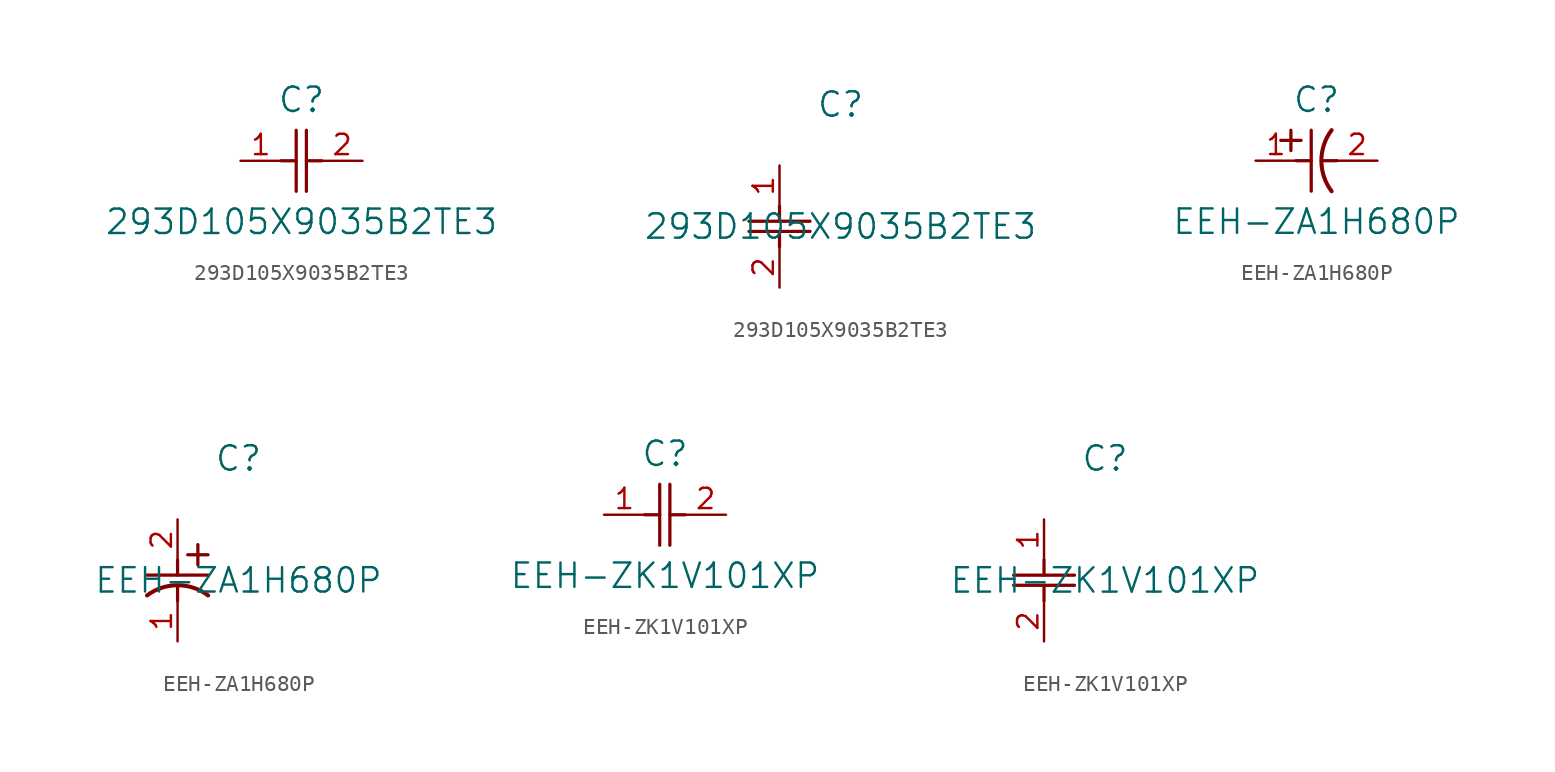
<source format=kicad_sym>
(kicad_symbol_lib
  (version 20220914)
  (generator kicad_symbol_editor)
  (symbol "293D105X9035B2TE3"
    (pin_names
      (offset 0.254))
    (property "Reference" "C"
      (at 3.81 3.81 0)
      (effects (font (size 1.524 1.524))))
    (property "Value" "293D105X9035B2TE3"
      (at 3.81 -3.81 0)
      (effects (font (size 1.524 1.524))))
    (property "ki_locked" ""
      (at 0 0 0)
      (effects (font (size 1.27 1.27))))
    (symbol "293D105X9035B2TE3_1_1"
      (polyline (pts (xy 2.54 0) (xy 3.48 0)) (stroke (width 0.203) (type default)) (fill (type none)))
      (polyline (pts (xy 3.48 -1.905) (xy 3.48 1.905)) (stroke (width 0.203) (type default)) (fill (type none)))
      (polyline (pts (xy 4.115 -1.905) (xy 4.115 1.905)) (stroke (width 0.203) (type default)) (fill (type none)))
      (polyline (pts (xy 4.115 0) (xy 5.08 0)) (stroke (width 0.203) (type default)) (fill (type none)))
      (pin unspecified line (at 0 0 0) (length 2.54) (name "" (effects (font (size 1.27 1.27)))) (number "1" (effects (font (size 1.27 1.27)))))
      (pin unspecified line (at 7.62 0 180) (length 2.54) (name "" (effects (font (size 1.27 1.27)))) (number "2" (effects (font (size 1.27 1.27))))))
    (symbol "293D105X9035B2TE3_1_2"
      (polyline (pts (xy -1.905 -4.115) (xy 1.905 -4.115)) (stroke (width 0.203) (type default)) (fill (type none)))
      (polyline (pts (xy -1.905 -3.48) (xy 1.905 -3.48)) (stroke (width 0.203) (type default)) (fill (type none)))
      (polyline (pts (xy 0 -4.115) (xy 0 -5.08)) (stroke (width 0.203) (type default)) (fill (type none)))
      (polyline (pts (xy 0 -2.54) (xy 0 -3.48)) (stroke (width 0.203) (type default)) (fill (type none)))
      (pin unspecified line (at 0 0 270) (length 2.54) (name "" (effects (font (size 1.27 1.27)))) (number "1" (effects (font (size 1.27 1.27)))))
      (pin unspecified line (at 0 -7.62 90) (length 2.54) (name "" (effects (font (size 1.27 1.27)))) (number "2" (effects (font (size 1.27 1.27)))))))
  (symbol "EEH-ZA1H680P"
    (pin_names
      (offset 0.254))
    (property "Reference" "C"
      (at 3.81 3.81 0)
      (effects (font (size 1.524 1.524))))
    (property "Value" "EEH-ZA1H680P"
      (at 3.81 -3.81 0)
      (effects (font (size 1.524 1.524))))
    (property "ki_locked" ""
      (at 0 0 0)
      (effects (font (size 1.27 1.27))))
    (symbol "EEH-ZA1H680P_1_1"
      (polyline (pts (xy 1.575 1.27) (xy 2.845 1.27)) (stroke (width 0.203) (type default)) (fill (type none)))
      (polyline (pts (xy 2.21 0.635) (xy 2.21 1.905)) (stroke (width 0.203) (type default)) (fill (type none)))
      (polyline (pts (xy 2.54 0) (xy 3.48 0)) (stroke (width 0.203) (type default)) (fill (type none)))
      (polyline (pts (xy 3.48 -1.905) (xy 3.48 1.905)) (stroke (width 0.203) (type default)) (fill (type none)))
      (polyline (pts (xy 4.115 0) (xy 5.08 0)) (stroke (width 0.203) (type default)) (fill (type none)))
      (arc (start 4.7541 1.9108) (mid 4.1148 0) (end 4.7541 -1.9108) (stroke (width 0.254) (type default)) (fill (type none)))
      (pin unspecified line (at 0 0 0) (length 2.54) (name "" (effects (font (size 1.27 1.27)))) (number "1" (effects (font (size 1.27 1.27)))))
      (pin unspecified line (at 7.62 0 180) (length 2.54) (name "" (effects (font (size 1.27 1.27)))) (number "2" (effects (font (size 1.27 1.27))))))
    (symbol "EEH-ZA1H680P_1_2"
      (polyline (pts (xy -1.905 -3.48) (xy 1.905 -3.48)) (stroke (width 0.203) (type default)) (fill (type none)))
      (polyline (pts (xy 0 -4.115) (xy 0 -5.08)) (stroke (width 0.203) (type default)) (fill (type none)))
      (polyline (pts (xy 0 -2.54) (xy 0 -3.48)) (stroke (width 0.203) (type default)) (fill (type none)))
      (polyline (pts (xy 0.635 -2.21) (xy 1.905 -2.21)) (stroke (width 0.203) (type default)) (fill (type none)))
      (polyline (pts (xy 1.27 -1.575) (xy 1.27 -2.845)) (stroke (width 0.203) (type default)) (fill (type none)))
      (arc (start 1.9108 -4.7541) (mid 0 -4.1148) (end -1.9108 -4.7541) (stroke (width 0.254) (type default)) (fill (type none)))
      (pin unspecified line (at 0 -7.62 90) (length 2.54) (name "" (effects (font (size 1.27 1.27)))) (number "1" (effects (font (size 1.27 1.27)))))
      (pin unspecified line (at 0 0 270) (length 2.54) (name "" (effects (font (size 1.27 1.27)))) (number "2" (effects (font (size 1.27 1.27)))))))
  (symbol "EEH-ZK1V101XP"
    (pin_names
      (offset 0.254))
    (property "Reference" "C"
      (at 3.81 3.81 0)
      (effects (font (size 1.524 1.524))))
    (property "Value" "EEH-ZK1V101XP"
      (at 3.81 -3.81 0)
      (effects (font (size 1.524 1.524))))
    (property "ki_locked" ""
      (at 0 0 0)
      (effects (font (size 1.27 1.27))))
    (symbol "EEH-ZK1V101XP_1_1"
      (polyline (pts (xy 2.54 0) (xy 3.48 0)) (stroke (width 0.203) (type default)) (fill (type none)))
      (polyline (pts (xy 3.48 -1.905) (xy 3.48 1.905)) (stroke (width 0.203) (type default)) (fill (type none)))
      (polyline (pts (xy 4.115 -1.905) (xy 4.115 1.905)) (stroke (width 0.203) (type default)) (fill (type none)))
      (polyline (pts (xy 4.115 0) (xy 5.08 0)) (stroke (width 0.203) (type default)) (fill (type none)))
      (pin unspecified line (at 0 0 0) (length 2.54) (name "" (effects (font (size 1.27 1.27)))) (number "1" (effects (font (size 1.27 1.27)))))
      (pin unspecified line (at 7.62 0 180) (length 2.54) (name "" (effects (font (size 1.27 1.27)))) (number "2" (effects (font (size 1.27 1.27))))))
    (symbol "EEH-ZK1V101XP_1_2"
      (polyline (pts (xy -1.905 -4.115) (xy 1.905 -4.115)) (stroke (width 0.203) (type default)) (fill (type none)))
      (polyline (pts (xy -1.905 -3.48) (xy 1.905 -3.48)) (stroke (width 0.203) (type default)) (fill (type none)))
      (polyline (pts (xy 0 -4.115) (xy 0 -5.08)) (stroke (width 0.203) (type default)) (fill (type none)))
      (polyline (pts (xy 0 -2.54) (xy 0 -3.48)) (stroke (width 0.203) (type default)) (fill (type none)))
      (pin unspecified line (at 0 0 270) (length 2.54) (name "" (effects (font (size 1.27 1.27)))) (number "1" (effects (font (size 1.27 1.27)))))
      (pin unspecified line (at 0 -7.62 90) (length 2.54) (name "" (effects (font (size 1.27 1.27)))) (number "2" (effects (font (size 1.27 1.27))))))))
</source>
